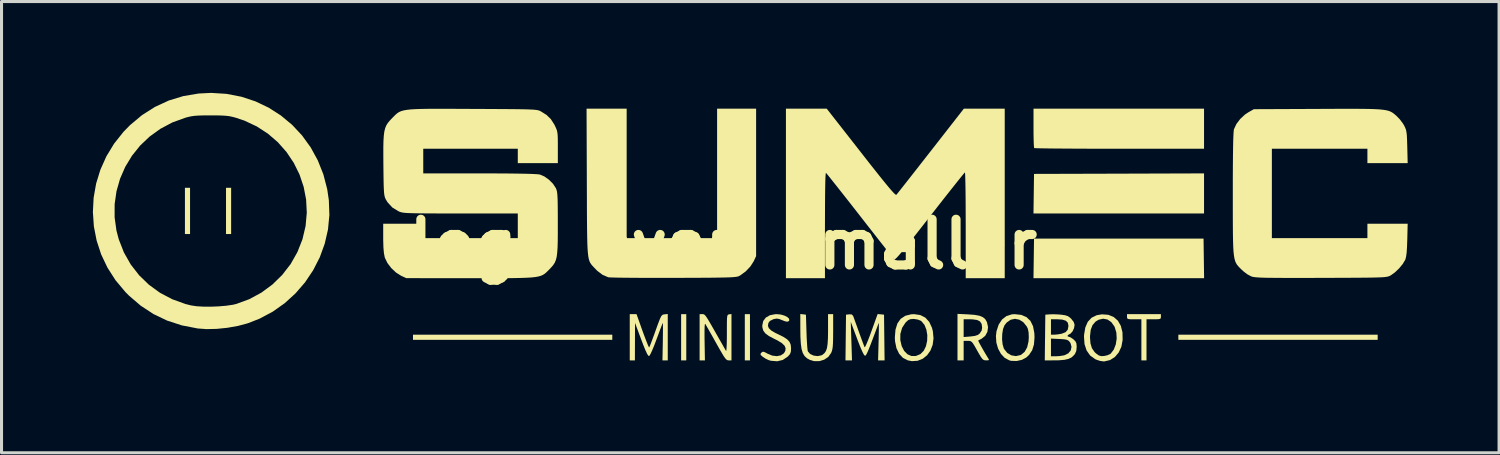
<source format=kicad_pcb>
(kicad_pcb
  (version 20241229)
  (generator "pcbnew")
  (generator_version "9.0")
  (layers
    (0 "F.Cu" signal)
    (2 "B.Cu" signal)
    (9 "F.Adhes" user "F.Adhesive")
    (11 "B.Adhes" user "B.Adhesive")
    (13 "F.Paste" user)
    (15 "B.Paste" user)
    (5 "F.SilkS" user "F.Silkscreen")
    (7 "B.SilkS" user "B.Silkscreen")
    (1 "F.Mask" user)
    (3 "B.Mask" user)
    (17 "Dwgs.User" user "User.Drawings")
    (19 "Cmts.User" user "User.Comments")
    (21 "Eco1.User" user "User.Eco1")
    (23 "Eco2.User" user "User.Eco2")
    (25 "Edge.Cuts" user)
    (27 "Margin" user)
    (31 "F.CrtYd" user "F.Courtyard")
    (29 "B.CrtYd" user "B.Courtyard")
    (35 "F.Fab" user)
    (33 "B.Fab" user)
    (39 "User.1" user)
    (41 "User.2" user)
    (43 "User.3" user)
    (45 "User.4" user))
  (footprint "logo even smaller"
    (layer "F.Cu")
    (at 20.697 4.971)
    (property "Reference" "logo even smaller" (at 0 0 0) (layer "F.SilkS") (effects (font (size 1.5 1.5) (thickness 0.3))))
    (attr board_only exclude_from_pos_files exclude_from_bom)
    (fp_poly (pts (xy -17.507 -1.096) (xy -17.507 -0.337) (xy -17.591 -0.337) (xy -17.675 -0.337) (xy -17.675 -1.096) (xy -17.675 -1.855) (xy -17.591 -1.855) (xy -17.507 -1.855)) (stroke (width 0) (type solid)) (fill yes) (layer "F.SilkS"))
    (fp_poly (pts (xy -16.158 -1.096) (xy -16.158 -0.337) (xy -16.242 -0.337) (xy -16.326 -0.337) (xy -16.326 -1.096) (xy -16.326 -1.855) (xy -16.242 -1.855) (xy -16.158 -1.855)) (stroke (width 0) (type solid)) (fill yes) (layer "F.SilkS"))
    (fp_poly (pts (xy -3.643 3.053) (xy -3.643 3.137) (xy -6.915 3.137) (xy -10.187 3.137) (xy -10.187 3.053) (xy -10.187 2.968) (xy -6.915 2.968) (xy -3.643 2.968)) (stroke (width 0) (type solid)) (fill yes) (layer "F.SilkS"))
    (fp_poly (pts (xy -1.214 3.053) (xy -1.214 3.812) (xy -1.299 3.812) (xy -1.383 3.812) (xy -1.383 3.053) (xy -1.383 2.294) (xy -1.299 2.294) (xy -1.214 2.294)) (stroke (width 0) (type solid)) (fill yes) (layer "F.SilkS"))
    (fp_poly (pts (xy 0.877 3.053) (xy 0.877 3.812) (xy 0.793 3.812) (xy 0.708 3.812) (xy 0.708 3.053) (xy 0.708 2.294) (xy 0.793 2.294) (xy 0.877 2.294)) (stroke (width 0) (type solid)) (fill yes) (layer "F.SilkS"))
    (fp_poly (pts (xy 15.779 0.464) (xy 15.788 1.113) (xy 12.987 1.113) (xy 10.186 1.113) (xy 10.195 0.464) (xy 10.204 -0.186) (xy 12.987 -0.186) (xy 15.77 -0.186)) (stroke (width 0) (type solid)) (fill yes) (layer "F.SilkS"))
    (fp_poly (pts (xy 15.786 -1.67) (xy 15.786 -1.012) (xy 12.986 -1.012) (xy 10.186 -1.012) (xy 10.195 -1.661) (xy 10.204 -2.311) (xy 12.995 -2.319) (xy 15.786 -2.328)) (stroke (width 0) (type solid)) (fill yes) (layer "F.SilkS"))
    (fp_poly (pts (xy 21.487 3.053) (xy 21.487 3.137) (xy 18.215 3.137) (xy 14.943 3.137) (xy 14.943 3.053) (xy 14.943 2.968) (xy 18.215 2.968) (xy 21.487 2.968)) (stroke (width 0) (type solid)) (fill yes) (layer "F.SilkS"))
    (fp_poly (pts (xy 14.37 2.378) (xy 14.366 2.422) (xy 14.346 2.447) (xy 14.294 2.459) (xy 14.197 2.462) (xy 14.134 2.462) (xy 13.897 2.462) (xy 13.897 3.137) (xy 13.897 3.812) (xy 13.813 3.812) (xy 13.729 3.812) (xy 13.729 3.137) (xy 13.729 2.462) (xy 13.493 2.462) (xy 13.369 2.461) (xy 13.299 2.454) (xy 13.266 2.436) (xy 13.257 2.401) (xy 13.257 2.378) (xy 13.257 2.294) (xy 13.813 2.294) (xy 14.37 2.294)) (stroke (width 0) (type solid)) (fill yes) (layer "F.SilkS"))
    (fp_poly (pts (xy 15.786 -3.795) (xy 15.786 -3.137) (xy 13.009 -3.137) (xy 12.582 -3.137) (xy 12.175 -3.138) (xy 11.792 -3.139) (xy 11.438 -3.141) (xy 11.12 -3.143) (xy 10.841 -3.145) (xy 10.606 -3.148) (xy 10.421 -3.151) (xy 10.291 -3.154) (xy 10.221 -3.158) (xy 10.209 -3.16) (xy 10.202 -3.199) (xy 10.196 -3.295) (xy 10.191 -3.436) (xy 10.188 -3.612) (xy 10.187 -3.813) (xy 10.187 -3.817) (xy 10.187 -4.453) (xy 12.987 -4.453) (xy 15.786 -4.453)) (stroke (width 0) (type solid)) (fill yes) (layer "F.SilkS"))
    (fp_poly (pts (xy 2.623 2.3) (xy 2.715 2.311) (xy 2.733 2.884) (xy 2.74 3.078) (xy 2.75 3.251) (xy 2.76 3.391) (xy 2.771 3.485) (xy 2.779 3.518) (xy 2.853 3.601) (xy 2.966 3.654) (xy 3.096 3.671) (xy 3.219 3.648) (xy 3.268 3.622) (xy 3.329 3.568) (xy 3.374 3.499) (xy 3.406 3.404) (xy 3.426 3.272) (xy 3.437 3.095) (xy 3.441 2.863) (xy 3.441 2.818) (xy 3.441 2.294) (xy 3.525 2.294) (xy 3.609 2.294) (xy 3.609 2.859) (xy 3.607 3.076) (xy 3.603 3.237) (xy 3.596 3.356) (xy 3.583 3.444) (xy 3.564 3.513) (xy 3.542 3.568) (xy 3.449 3.698) (xy 3.313 3.789) (xy 3.151 3.837) (xy 2.979 3.836) (xy 2.85 3.798) (xy 2.748 3.742) (xy 2.669 3.668) (xy 2.611 3.57) (xy 2.571 3.437) (xy 2.547 3.26) (xy 2.534 3.032) (xy 2.531 2.823) (xy 2.53 2.289)) (stroke (width 0) (type solid)) (fill yes) (layer "F.SilkS"))
    (fp_poly (pts (xy 6.469 2.323) (xy 6.635 2.408) (xy 6.764 2.549) (xy 6.854 2.744) (xy 6.882 2.854) (xy 6.904 3.087) (xy 6.876 3.301) (xy 6.803 3.489) (xy 6.693 3.643) (xy 6.55 3.758) (xy 6.381 3.825) (xy 6.193 3.837) (xy 6.058 3.81) (xy 5.9 3.729) (xy 5.775 3.594) (xy 5.687 3.412) (xy 5.641 3.189) (xy 5.638 3.145) (xy 5.813 3.145) (xy 5.859 3.344) (xy 5.94 3.501) (xy 6.049 3.611) (xy 6.178 3.668) (xy 6.32 3.669) (xy 6.468 3.608) (xy 6.48 3.6) (xy 6.585 3.492) (xy 6.657 3.343) (xy 6.695 3.167) (xy 6.7 2.982) (xy 6.67 2.804) (xy 6.608 2.647) (xy 6.511 2.53) (xy 6.483 2.509) (xy 6.387 2.471) (xy 6.266 2.452) (xy 6.245 2.451) (xy 6.143 2.459) (xy 6.068 2.493) (xy 5.989 2.567) (xy 5.984 2.572) (xy 5.873 2.742) (xy 5.815 2.944) (xy 5.813 3.145) (xy 5.638 3.145) (xy 5.634 3.06) (xy 5.655 2.804) (xy 5.718 2.6) (xy 5.825 2.448) (xy 5.975 2.348) (xy 6.168 2.299) (xy 6.267 2.294)) (stroke (width 0) (type solid)) (fill yes) (layer "F.SilkS"))
    (fp_poly (pts (xy 9.784 2.318) (xy 9.956 2.391) (xy 10.085 2.514) (xy 10.171 2.688) (xy 10.214 2.915) (xy 10.22 3.054) (xy 10.202 3.289) (xy 10.144 3.477) (xy 10.042 3.631) (xy 9.949 3.718) (xy 9.806 3.794) (xy 9.633 3.832) (xy 9.458 3.827) (xy 9.394 3.811) (xy 9.243 3.731) (xy 9.118 3.598) (xy 9.024 3.426) (xy 8.967 3.227) (xy 8.96 3.12) (xy 9.155 3.12) (xy 9.172 3.286) (xy 9.212 3.42) (xy 9.219 3.434) (xy 9.323 3.565) (xy 9.458 3.646) (xy 9.609 3.671) (xy 9.763 3.636) (xy 9.784 3.625) (xy 9.897 3.53) (xy 9.979 3.381) (xy 10.024 3.188) (xy 10.032 3.052) (xy 10.026 2.893) (xy 10.002 2.777) (xy 9.967 2.701) (xy 9.853 2.559) (xy 9.72 2.475) (xy 9.577 2.447) (xy 9.436 2.478) (xy 9.307 2.568) (xy 9.233 2.663) (xy 9.186 2.783) (xy 9.16 2.944) (xy 9.155 3.12) (xy 8.96 3.12) (xy 8.953 3.013) (xy 8.972 2.854) (xy 9.043 2.637) (xy 9.153 2.47) (xy 9.299 2.356) (xy 9.478 2.3) (xy 9.566 2.294)) (stroke (width 0) (type solid)) (fill yes) (layer "F.SilkS"))
    (fp_poly (pts (xy -1.822 3.051) (xy -1.822 3.812) (xy -1.909 3.812) (xy -1.996 3.812) (xy -1.984 3.19) (xy -1.982 2.995) (xy -1.98 2.826) (xy -1.98 2.694) (xy -1.982 2.609) (xy -1.985 2.581) (xy -2 2.615) (xy -2.034 2.701) (xy -2.083 2.83) (xy -2.142 2.99) (xy -2.193 3.126) (xy -2.269 3.327) (xy -2.336 3.488) (xy -2.389 3.602) (xy -2.427 3.662) (xy -2.438 3.67) (xy -2.465 3.653) (xy -2.504 3.589) (xy -2.557 3.474) (xy -2.626 3.303) (xy -2.692 3.13) (xy -2.897 2.58) (xy -2.899 3.196) (xy -2.901 3.812) (xy -2.985 3.812) (xy -3.07 3.812) (xy -3.07 3.053) (xy -3.07 2.294) (xy -2.958 2.294) (xy -2.847 2.294) (xy -2.649 2.85) (xy -2.583 3.028) (xy -2.525 3.181) (xy -2.478 3.298) (xy -2.445 3.37) (xy -2.432 3.387) (xy -2.415 3.351) (xy -2.379 3.262) (xy -2.33 3.131) (xy -2.27 2.969) (xy -2.224 2.84) (xy -2.154 2.645) (xy -2.101 2.505) (xy -2.062 2.411) (xy -2.029 2.352) (xy -1.999 2.32) (xy -1.967 2.306) (xy -1.928 2.3) (xy -1.822 2.289)) (stroke (width 0) (type solid)) (fill yes) (layer "F.SilkS"))
    (fp_poly (pts (xy 12.642 2.315) (xy 12.818 2.386) (xy 12.957 2.508) (xy 13.054 2.678) (xy 13.108 2.891) (xy 13.113 3.142) (xy 13.072 3.364) (xy 12.984 3.553) (xy 12.858 3.701) (xy 12.701 3.801) (xy 12.519 3.844) (xy 12.481 3.845) (xy 12.376 3.83) (xy 12.255 3.79) (xy 12.21 3.77) (xy 12.046 3.651) (xy 11.93 3.486) (xy 11.862 3.278) (xy 11.846 3.053) (xy 12.042 3.053) (xy 12.057 3.255) (xy 12.105 3.412) (xy 12.191 3.537) (xy 12.247 3.589) (xy 12.334 3.651) (xy 12.415 3.672) (xy 12.506 3.667) (xy 12.615 3.643) (xy 12.706 3.601) (xy 12.723 3.588) (xy 12.823 3.457) (xy 12.889 3.286) (xy 12.918 3.094) (xy 12.907 2.898) (xy 12.853 2.718) (xy 12.843 2.697) (xy 12.741 2.555) (xy 12.614 2.469) (xy 12.471 2.443) (xy 12.323 2.478) (xy 12.225 2.538) (xy 12.126 2.651) (xy 12.066 2.806) (xy 12.043 3.011) (xy 12.042 3.053) (xy 11.846 3.053) (xy 11.845 3.029) (xy 11.848 2.968) (xy 11.888 2.73) (xy 11.969 2.545) (xy 12.094 2.411) (xy 12.261 2.329) (xy 12.432 2.3)) (stroke (width 0) (type solid)) (fill yes) (layer "F.SilkS"))
    (fp_poly (pts (xy 5.174 2.3) (xy 5.279 2.311) (xy 5.288 3.061) (xy 5.297 3.812) (xy 5.191 3.812) (xy 5.084 3.812) (xy 5.101 3.179) (xy 5.105 2.984) (xy 5.108 2.817) (xy 5.109 2.687) (xy 5.108 2.605) (xy 5.105 2.58) (xy 5.105 2.58) (xy 4.996 2.874) (xy 4.907 3.111) (xy 4.837 3.295) (xy 4.781 3.435) (xy 4.739 3.535) (xy 4.707 3.601) (xy 4.683 3.64) (xy 4.664 3.657) (xy 4.654 3.66) (xy 4.621 3.629) (xy 4.571 3.535) (xy 4.502 3.377) (xy 4.415 3.155) (xy 4.396 3.103) (xy 4.187 2.547) (xy 4.207 3.179) (xy 4.227 3.812) (xy 4.12 3.812) (xy 4.013 3.812) (xy 4.022 3.061) (xy 4.031 2.311) (xy 4.137 2.3) (xy 4.216 2.303) (xy 4.259 2.344) (xy 4.277 2.385) (xy 4.301 2.451) (xy 4.342 2.566) (xy 4.396 2.714) (xy 4.455 2.881) (xy 4.467 2.914) (xy 4.526 3.076) (xy 4.577 3.215) (xy 4.617 3.32) (xy 4.641 3.377) (xy 4.644 3.382) (xy 4.661 3.363) (xy 4.696 3.29) (xy 4.746 3.171) (xy 4.806 3.017) (xy 4.866 2.853) (xy 5.069 2.29)) (stroke (width 0) (type solid)) (fill yes) (layer "F.SilkS"))
    (fp_poly (pts (xy 0.27 3.05) (xy 0.27 3.812) (xy 0.177 3.812) (xy 0.143 3.807) (xy 0.109 3.79) (xy 0.07 3.75) (xy 0.021 3.682) (xy -0.043 3.577) (xy -0.129 3.428) (xy -0.236 3.238) (xy -0.337 3.057) (xy -0.429 2.895) (xy -0.505 2.76) (xy -0.561 2.663) (xy -0.589 2.615) (xy -0.59 2.613) (xy -0.603 2.622) (xy -0.611 2.692) (xy -0.615 2.827) (xy -0.615 3.027) (xy -0.613 3.187) (xy -0.602 3.812) (xy -0.689 3.812) (xy -0.776 3.812) (xy -0.776 3.053) (xy -0.776 2.294) (xy -0.692 2.294) (xy -0.661 2.294) (xy -0.634 2.301) (xy -0.606 2.321) (xy -0.571 2.362) (xy -0.525 2.43) (xy -0.463 2.532) (xy -0.379 2.676) (xy -0.269 2.87) (xy -0.222 2.952) (xy -0.126 3.121) (xy -0.04 3.271) (xy 0.029 3.393) (xy 0.076 3.474) (xy 0.093 3.504) (xy 0.101 3.487) (xy 0.108 3.412) (xy 0.114 3.288) (xy 0.118 3.126) (xy 0.119 2.934) (xy 0.119 2.93) (xy 0.119 2.712) (xy 0.12 2.552) (xy 0.123 2.441) (xy 0.13 2.37) (xy 0.142 2.329) (xy 0.159 2.309) (xy 0.183 2.302) (xy 0.194 2.3) (xy 0.27 2.289)) (stroke (width 0) (type solid)) (fill yes) (layer "F.SilkS"))
    (fp_poly (pts (xy -3.171 -2.327) (xy -3.171 -0.202) (xy -1.687 -0.202) (xy -0.202 -0.202) (xy -0.202 -2.327) (xy -0.202 -4.453) (xy 0.439 -4.453) (xy 1.079 -4.453) (xy 1.079 -2.032) (xy 1.079 0.388) (xy 1 0.557) (xy 0.893 0.725) (xy 0.742 0.886) (xy 0.566 1.016) (xy 0.533 1.035) (xy 0.507 1.048) (xy 0.473 1.059) (xy 0.427 1.068) (xy 0.363 1.075) (xy 0.277 1.082) (xy 0.162 1.087) (xy 0.015 1.091) (xy -0.172 1.094) (xy -0.402 1.097) (xy -0.681 1.099) (xy -1.014 1.1) (xy -1.407 1.102) (xy -1.636 1.102) (xy -2.005 1.103) (xy -2.355 1.103) (xy -2.681 1.102) (xy -2.976 1.1) (xy -3.234 1.098) (xy -3.449 1.095) (xy -3.616 1.091) (xy -3.727 1.087) (xy -3.778 1.082) (xy -3.778 1.082) (xy -3.965 1.001) (xy -4.133 0.874) (xy -4.208 0.798) (xy -4.257 0.746) (xy -4.299 0.701) (xy -4.335 0.658) (xy -4.366 0.612) (xy -4.392 0.557) (xy -4.413 0.489) (xy -4.43 0.404) (xy -4.443 0.295) (xy -4.454 0.159) (xy -4.462 -0.01) (xy -4.467 -0.217) (xy -4.471 -0.466) (xy -4.474 -0.762) (xy -4.476 -1.111) (xy -4.477 -1.517) (xy -4.479 -1.985) (xy -4.479 -2.032) (xy -4.488 -4.453) (xy -3.83 -4.453) (xy -3.171 -4.453)) (stroke (width 0) (type solid)) (fill yes) (layer "F.SilkS"))
    (fp_poly (pts (xy 8.037 2.301) (xy 8.253 2.317) (xy 8.412 2.346) (xy 8.526 2.394) (xy 8.605 2.462) (xy 8.658 2.556) (xy 8.694 2.717) (xy 8.674 2.872) (xy 8.601 3.006) (xy 8.481 3.102) (xy 8.48 3.102) (xy 8.409 3.138) (xy 8.372 3.158) (xy 8.371 3.159) (xy 8.382 3.188) (xy 8.419 3.261) (xy 8.476 3.364) (xy 8.542 3.481) (xy 8.612 3.6) (xy 8.675 3.704) (xy 8.695 3.736) (xy 8.724 3.787) (xy 8.709 3.808) (xy 8.641 3.811) (xy 8.631 3.811) (xy 8.579 3.807) (xy 8.537 3.79) (xy 8.495 3.749) (xy 8.444 3.674) (xy 8.374 3.554) (xy 8.338 3.49) (xy 8.259 3.35) (xy 8.203 3.258) (xy 8.159 3.205) (xy 8.118 3.179) (xy 8.07 3.171) (xy 8.026 3.171) (xy 7.893 3.171) (xy 7.893 3.491) (xy 7.893 3.812) (xy 7.792 3.812) (xy 7.691 3.812) (xy 7.691 3.048) (xy 7.691 2.462) (xy 7.893 2.462) (xy 7.893 2.754) (xy 7.893 3.045) (xy 8.115 3.027) (xy 8.258 3.009) (xy 8.354 2.978) (xy 8.418 2.932) (xy 8.485 2.833) (xy 8.5 2.735) (xy 8.484 2.615) (xy 8.431 2.534) (xy 8.333 2.485) (xy 8.182 2.464) (xy 8.098 2.462) (xy 7.893 2.462) (xy 7.691 2.462) (xy 7.691 2.285)) (stroke (width 0) (type solid)) (fill yes) (layer "F.SilkS"))
    (fp_poly (pts (xy 1.887 2.306) (xy 2.006 2.34) (xy 2.101 2.387) (xy 2.159 2.441) (xy 2.17 2.495) (xy 2.147 2.526) (xy 2.101 2.542) (xy 2.028 2.528) (xy 1.939 2.493) (xy 1.833 2.451) (xy 1.754 2.439) (xy 1.67 2.454) (xy 1.646 2.46) (xy 1.531 2.517) (xy 1.483 2.582) (xy 1.467 2.673) (xy 1.495 2.753) (xy 1.574 2.83) (xy 1.71 2.91) (xy 1.796 2.951) (xy 1.975 3.04) (xy 2.098 3.12) (xy 2.175 3.203) (xy 2.215 3.297) (xy 2.226 3.413) (xy 2.226 3.416) (xy 2.22 3.527) (xy 2.192 3.603) (xy 2.129 3.676) (xy 2.111 3.693) (xy 1.954 3.798) (xy 1.77 3.841) (xy 1.567 3.824) (xy 1.497 3.805) (xy 1.396 3.758) (xy 1.297 3.694) (xy 1.295 3.692) (xy 1.234 3.638) (xy 1.221 3.601) (xy 1.249 3.562) (xy 1.251 3.56) (xy 1.288 3.531) (xy 1.33 3.529) (xy 1.397 3.559) (xy 1.453 3.591) (xy 1.609 3.655) (xy 1.759 3.673) (xy 1.891 3.647) (xy 1.991 3.579) (xy 2.037 3.502) (xy 2.048 3.412) (xy 2.012 3.328) (xy 1.923 3.244) (xy 1.776 3.154) (xy 1.668 3.101) (xy 1.497 3.011) (xy 1.383 2.926) (xy 1.315 2.836) (xy 1.285 2.731) (xy 1.282 2.665) (xy 1.312 2.52) (xy 1.397 2.407) (xy 1.531 2.33) (xy 1.706 2.295) (xy 1.754 2.294)) (stroke (width 0) (type solid)) (fill yes) (layer "F.SilkS"))
    (fp_poly (pts (xy 10.993 2.303) (xy 11.096 2.311) (xy 11.226 2.33) (xy 11.315 2.359) (xy 11.387 2.41) (xy 11.425 2.446) (xy 11.507 2.551) (xy 11.536 2.646) (xy 11.536 2.646) (xy 11.516 2.759) (xy 11.465 2.864) (xy 11.397 2.937) (xy 11.368 2.951) (xy 11.313 2.984) (xy 11.304 3.018) (xy 11.345 3.036) (xy 11.348 3.036) (xy 11.403 3.056) (xy 11.48 3.107) (xy 11.5 3.123) (xy 11.565 3.188) (xy 11.596 3.258) (xy 11.604 3.362) (xy 11.604 3.374) (xy 11.592 3.5) (xy 11.55 3.596) (xy 11.517 3.639) (xy 11.438 3.713) (xy 11.335 3.763) (xy 11.198 3.794) (xy 11.014 3.809) (xy 10.869 3.811) (xy 10.557 3.812) (xy 10.565 3.096) (xy 10.76 3.096) (xy 10.76 3.386) (xy 10.76 3.677) (xy 10.921 3.677) (xy 11.05 3.669) (xy 11.176 3.649) (xy 11.206 3.642) (xy 11.331 3.579) (xy 11.41 3.483) (xy 11.435 3.368) (xy 11.403 3.249) (xy 11.371 3.2) (xy 11.33 3.16) (xy 11.276 3.134) (xy 11.191 3.119) (xy 11.06 3.11) (xy 11.034 3.109) (xy 10.76 3.096) (xy 10.565 3.096) (xy 10.566 3.061) (xy 10.573 2.462) (xy 10.76 2.462) (xy 10.76 2.715) (xy 10.76 2.968) (xy 10.87 2.968) (xy 10.978 2.959) (xy 11.099 2.939) (xy 11.114 2.936) (xy 11.24 2.886) (xy 11.311 2.805) (xy 11.334 2.682) (xy 11.334 2.677) (xy 11.314 2.576) (xy 11.249 2.51) (xy 11.133 2.473) (xy 10.972 2.462) (xy 10.76 2.462) (xy 10.573 2.462) (xy 10.575 2.311) (xy 10.727 2.3) (xy 10.846 2.297)) (stroke (width 0) (type solid)) (fill yes) (layer "F.SilkS"))
    (fp_poly (pts (xy 4.521 -3.018) (xy 4.774 -2.694) (xy 4.99 -2.421) (xy 5.17 -2.195) (xy 5.318 -2.012) (xy 5.436 -1.869) (xy 5.528 -1.762) (xy 5.596 -1.688) (xy 5.643 -1.643) (xy 5.673 -1.624) (xy 5.685 -1.626) (xy 5.713 -1.66) (xy 5.779 -1.743) (xy 5.878 -1.868) (xy 6.006 -2.031) (xy 6.16 -2.227) (xy 6.335 -2.45) (xy 6.527 -2.696) (xy 6.733 -2.959) (xy 6.813 -3.061) (xy 7.9 -4.453) (xy 8.571 -4.453) (xy 9.242 -4.453) (xy 9.242 -1.67) (xy 9.242 1.113) (xy 8.602 1.113) (xy 7.961 1.113) (xy 7.961 -0.624) (xy 7.96 -0.959) (xy 7.959 -1.273) (xy 7.957 -1.559) (xy 7.954 -1.811) (xy 7.95 -2.024) (xy 7.946 -2.189) (xy 7.942 -2.302) (xy 7.937 -2.356) (xy 7.935 -2.359) (xy 7.91 -2.333) (xy 7.848 -2.259) (xy 7.752 -2.14) (xy 7.626 -1.983) (xy 7.475 -1.792) (xy 7.301 -1.572) (xy 7.109 -1.328) (xy 6.903 -1.064) (xy 6.782 -0.909) (xy 6.526 -0.581) (xy 6.309 -0.304) (xy 6.126 -0.074) (xy 5.977 0.112) (xy 5.857 0.257) (xy 5.765 0.365) (xy 5.696 0.44) (xy 5.65 0.483) (xy 5.622 0.5) (xy 5.613 0.498) (xy 5.586 0.464) (xy 5.52 0.381) (xy 5.422 0.256) (xy 5.294 0.093) (xy 5.14 -0.102) (xy 4.965 -0.326) (xy 4.773 -0.571) (xy 4.568 -0.834) (xy 4.49 -0.934) (xy 4.281 -1.202) (xy 4.084 -1.453) (xy 3.903 -1.683) (xy 3.742 -1.887) (xy 3.605 -2.059) (xy 3.496 -2.196) (xy 3.419 -2.291) (xy 3.378 -2.339) (xy 3.372 -2.345) (xy 3.364 -2.317) (xy 3.357 -2.222) (xy 3.351 -2.064) (xy 3.347 -1.842) (xy 3.343 -1.558) (xy 3.341 -1.215) (xy 3.34 -0.812) (xy 3.339 -0.626) (xy 3.339 1.113) (xy 2.699 1.113) (xy 2.058 1.113) (xy 2.058 -1.67) (xy 2.058 -4.453) (xy 2.727 -4.453) (xy 3.397 -4.453)) (stroke (width 0) (type solid)) (fill yes) (layer "F.SilkS"))
    (fp_poly (pts (xy 20.963 -4.447) (xy 21.197 -4.444) (xy 21.39 -4.438) (xy 21.547 -4.429) (xy 21.673 -4.416) (xy 21.773 -4.4) (xy 21.853 -4.379) (xy 21.918 -4.353) (xy 21.972 -4.322) (xy 22.023 -4.285) (xy 22.074 -4.242) (xy 22.107 -4.213) (xy 22.213 -4.103) (xy 22.311 -3.974) (xy 22.356 -3.9) (xy 22.39 -3.83) (xy 22.415 -3.764) (xy 22.432 -3.688) (xy 22.444 -3.589) (xy 22.451 -3.453) (xy 22.457 -3.268) (xy 22.459 -3.196) (xy 22.472 -2.665) (xy 21.811 -2.665) (xy 21.15 -2.665) (xy 21.15 -2.901) (xy 21.15 -3.137) (xy 19.581 -3.137) (xy 18.013 -3.137) (xy 18.013 -1.67) (xy 18.013 -0.202) (xy 19.581 -0.202) (xy 21.15 -0.202) (xy 21.15 -0.439) (xy 21.15 -0.675) (xy 21.811 -0.675) (xy 22.472 -0.675) (xy 22.459 -0.143) (xy 22.45 0.091) (xy 22.439 0.267) (xy 22.422 0.395) (xy 22.401 0.484) (xy 22.39 0.512) (xy 22.31 0.647) (xy 22.191 0.791) (xy 22.054 0.922) (xy 21.92 1.018) (xy 21.91 1.023) (xy 21.882 1.038) (xy 21.852 1.051) (xy 21.815 1.061) (xy 21.766 1.07) (xy 21.701 1.078) (xy 21.613 1.084) (xy 21.498 1.088) (xy 21.35 1.092) (xy 21.165 1.095) (xy 20.936 1.097) (xy 20.659 1.099) (xy 20.329 1.1) (xy 19.94 1.102) (xy 19.632 1.103) (xy 19.192 1.104) (xy 18.815 1.104) (xy 18.495 1.104) (xy 18.226 1.103) (xy 18.005 1.101) (xy 17.826 1.099) (xy 17.683 1.095) (xy 17.571 1.089) (xy 17.486 1.083) (xy 17.422 1.075) (xy 17.375 1.066) (xy 17.339 1.055) (xy 17.218 0.992) (xy 17.084 0.892) (xy 17.016 0.829) (xy 16.959 0.773) (xy 16.911 0.722) (xy 16.869 0.671) (xy 16.835 0.615) (xy 16.807 0.548) (xy 16.784 0.464) (xy 16.767 0.36) (xy 16.753 0.228) (xy 16.744 0.064) (xy 16.738 -0.137) (xy 16.734 -0.382) (xy 16.732 -0.675) (xy 16.731 -1.022) (xy 16.731 -1.429) (xy 16.731 -1.663) (xy 16.731 -2.143) (xy 16.733 -2.557) (xy 16.736 -2.907) (xy 16.74 -3.196) (xy 16.745 -3.426) (xy 16.752 -3.597) (xy 16.759 -3.714) (xy 16.768 -3.777) (xy 16.769 -3.779) (xy 16.847 -3.947) (xy 16.973 -4.114) (xy 17.129 -4.259) (xy 17.237 -4.331) (xy 17.422 -4.436) (xy 19.51 -4.445) (xy 19.962 -4.447) (xy 20.351 -4.449) (xy 20.683 -4.449)) (stroke (width 0) (type solid)) (fill yes) (layer "F.SilkS"))
    (fp_poly (pts (xy -16.308 -4.939) (xy -15.821 -4.845) (xy -15.358 -4.692) (xy -14.924 -4.485) (xy -14.522 -4.227) (xy -14.155 -3.922) (xy -13.829 -3.573) (xy -13.547 -3.183) (xy -13.313 -2.756) (xy -13.13 -2.297) (xy -13.003 -1.808) (xy -12.95 -1.447) (xy -12.932 -0.963) (xy -12.978 -0.485) (xy -13.085 -0.02) (xy -13.248 0.428) (xy -13.465 0.852) (xy -13.731 1.249) (xy -14.044 1.611) (xy -14.4 1.935) (xy -14.795 2.214) (xy -15.226 2.443) (xy -15.613 2.594) (xy -15.93 2.679) (xy -16.276 2.741) (xy -16.628 2.777) (xy -16.965 2.785) (xy -17.254 2.764) (xy -17.774 2.663) (xy -18.258 2.506) (xy -18.707 2.291) (xy -19.124 2.018) (xy -19.512 1.686) (xy -19.632 1.564) (xy -19.955 1.179) (xy -20.219 0.766) (xy -20.426 0.331) (xy -20.574 -0.122) (xy -20.665 -0.586) (xy -20.685 -0.885) (xy -19.984 -0.885) (xy -19.923 -0.448) (xy -19.848 -0.164) (xy -19.679 0.267) (xy -19.455 0.662) (xy -19.179 1.017) (xy -18.858 1.328) (xy -18.494 1.592) (xy -18.092 1.804) (xy -17.657 1.961) (xy -17.473 2.007) (xy -17.295 2.034) (xy -17.071 2.047) (xy -16.82 2.049) (xy -16.562 2.038) (xy -16.317 2.017) (xy -16.105 1.986) (xy -15.989 1.959) (xy -15.561 1.802) (xy -15.164 1.587) (xy -14.802 1.32) (xy -14.481 1.006) (xy -14.205 0.65) (xy -13.982 0.257) (xy -13.816 -0.164) (xy -13.713 -0.601) (xy -13.674 -1.037) (xy -13.696 -1.468) (xy -13.777 -1.888) (xy -13.913 -2.292) (xy -14.101 -2.673) (xy -14.338 -3.027) (xy -14.622 -3.349) (xy -14.95 -3.632) (xy -15.318 -3.871) (xy -15.723 -4.061) (xy -16.006 -4.156) (xy -16.12 -4.186) (xy -16.228 -4.208) (xy -16.346 -4.221) (xy -16.49 -4.229) (xy -16.674 -4.233) (xy -16.832 -4.233) (xy -17.054 -4.232) (xy -17.224 -4.227) (xy -17.357 -4.218) (xy -17.47 -4.202) (xy -17.579 -4.178) (xy -17.659 -4.156) (xy -18.087 -4.001) (xy -18.479 -3.793) (xy -18.833 -3.538) (xy -19.146 -3.241) (xy -19.414 -2.907) (xy -19.635 -2.543) (xy -19.805 -2.153) (xy -19.922 -1.743) (xy -19.983 -1.319) (xy -19.984 -0.885) (xy -20.685 -0.885) (xy -20.697 -1.057) (xy -20.673 -1.527) (xy -20.591 -1.993) (xy -20.451 -2.448) (xy -20.255 -2.886) (xy -20.002 -3.303) (xy -19.692 -3.693) (xy -19.477 -3.913) (xy -19.083 -4.242) (xy -18.658 -4.511) (xy -18.206 -4.72) (xy -17.728 -4.866) (xy -17.228 -4.95) (xy -16.815 -4.971)) (stroke (width 0) (type solid)) (fill yes) (layer "F.SilkS"))
    (fp_poly (pts (xy -9.064 -4.449) (xy -8.673 -4.447) (xy -8.221 -4.445) (xy -8.21 -4.445) (xy -7.783 -4.443) (xy -7.419 -4.441) (xy -7.111 -4.439) (xy -6.855 -4.437) (xy -6.645 -4.434) (xy -6.476 -4.431) (xy -6.343 -4.426) (xy -6.24 -4.421) (xy -6.163 -4.414) (xy -6.106 -4.406) (xy -6.063 -4.396) (xy -6.029 -4.384) (xy -6 -4.37) (xy -5.983 -4.361) (xy -5.799 -4.245) (xy -5.661 -4.11) (xy -5.55 -3.938) (xy -5.534 -3.906) (xy -5.495 -3.825) (xy -5.467 -3.756) (xy -5.449 -3.685) (xy -5.438 -3.598) (xy -5.433 -3.481) (xy -5.431 -3.32) (xy -5.431 -3.182) (xy -5.431 -2.665) (xy -6.089 -2.665) (xy -6.746 -2.665) (xy -6.746 -2.901) (xy -6.746 -3.137) (xy -8.298 -3.137) (xy -9.85 -3.137) (xy -9.85 -2.732) (xy -9.85 -2.327) (xy -8.009 -2.327) (xy -7.531 -2.327) (xy -7.12 -2.325) (xy -6.775 -2.321) (xy -6.494 -2.316) (xy -6.278 -2.31) (xy -6.125 -2.302) (xy -6.034 -2.293) (xy -6.019 -2.29) (xy -5.873 -2.227) (xy -5.722 -2.12) (xy -5.59 -1.987) (xy -5.498 -1.847) (xy -5.494 -1.84) (xy -5.476 -1.795) (xy -5.462 -1.742) (xy -5.451 -1.674) (xy -5.444 -1.582) (xy -5.438 -1.458) (xy -5.435 -1.294) (xy -5.433 -1.082) (xy -5.432 -0.814) (xy -5.432 -0.689) (xy -5.432 -0.366) (xy -5.434 -0.103) (xy -5.44 0.108) (xy -5.452 0.277) (xy -5.469 0.41) (xy -5.495 0.515) (xy -5.531 0.601) (xy -5.578 0.676) (xy -5.637 0.747) (xy -5.71 0.824) (xy -5.715 0.829) (xy -5.77 0.884) (xy -5.82 0.932) (xy -5.869 0.972) (xy -5.924 1.006) (xy -5.988 1.034) (xy -6.069 1.057) (xy -6.17 1.075) (xy -6.297 1.089) (xy -6.455 1.098) (xy -6.65 1.105) (xy -6.887 1.11) (xy -7.17 1.112) (xy -7.506 1.113) (xy -7.899 1.113) (xy -8.312 1.113) (xy -10.406 1.112) (xy -10.576 1.034) (xy -10.742 0.929) (xy -10.899 0.782) (xy -11.027 0.614) (xy -11.11 0.444) (xy -11.114 0.429) (xy -11.141 0.294) (xy -11.158 0.102) (xy -11.165 -0.15) (xy -11.165 -0.209) (xy -11.165 -0.675) (xy -10.507 -0.675) (xy -9.85 -0.675) (xy -9.85 -0.439) (xy -9.85 -0.202) (xy -8.298 -0.202) (xy -6.746 -0.202) (xy -6.746 -0.607) (xy -6.746 -1.012) (xy -8.627 -1.013) (xy -9.031 -1.013) (xy -9.374 -1.013) (xy -9.66 -1.014) (xy -9.896 -1.016) (xy -10.087 -1.018) (xy -10.239 -1.022) (xy -10.357 -1.026) (xy -10.447 -1.032) (xy -10.515 -1.04) (xy -10.567 -1.05) (xy -10.607 -1.061) (xy -10.642 -1.075) (xy -10.659 -1.082) (xy -10.865 -1.208) (xy -11.022 -1.379) (xy -11.076 -1.467) (xy -11.097 -1.509) (xy -11.113 -1.554) (xy -11.126 -1.61) (xy -11.136 -1.685) (xy -11.143 -1.788) (xy -11.149 -1.926) (xy -11.153 -2.109) (xy -11.156 -2.343) (xy -11.159 -2.593) (xy -11.161 -2.918) (xy -11.161 -3.184) (xy -11.156 -3.399) (xy -11.145 -3.571) (xy -11.127 -3.707) (xy -11.099 -3.817) (xy -11.061 -3.908) (xy -11.01 -3.988) (xy -10.945 -4.066) (xy -10.865 -4.15) (xy -10.86 -4.155) (xy -10.803 -4.213) (xy -10.751 -4.263) (xy -10.7 -4.306) (xy -10.644 -4.342) (xy -10.577 -4.371) (xy -10.496 -4.395) (xy -10.395 -4.413) (xy -10.267 -4.428) (xy -10.109 -4.438) (xy -9.915 -4.444) (xy -9.68 -4.448) (xy -9.398 -4.449)) (stroke (width 0) (type solid)) (fill yes) (layer "F.SilkS")))
  (gr_rect
    (start -3 -3)
    (end 46.17 11.816)
    (stroke (width 0.1) (type default))
    (fill no)
    (layer "Edge.Cuts")))
</source>
